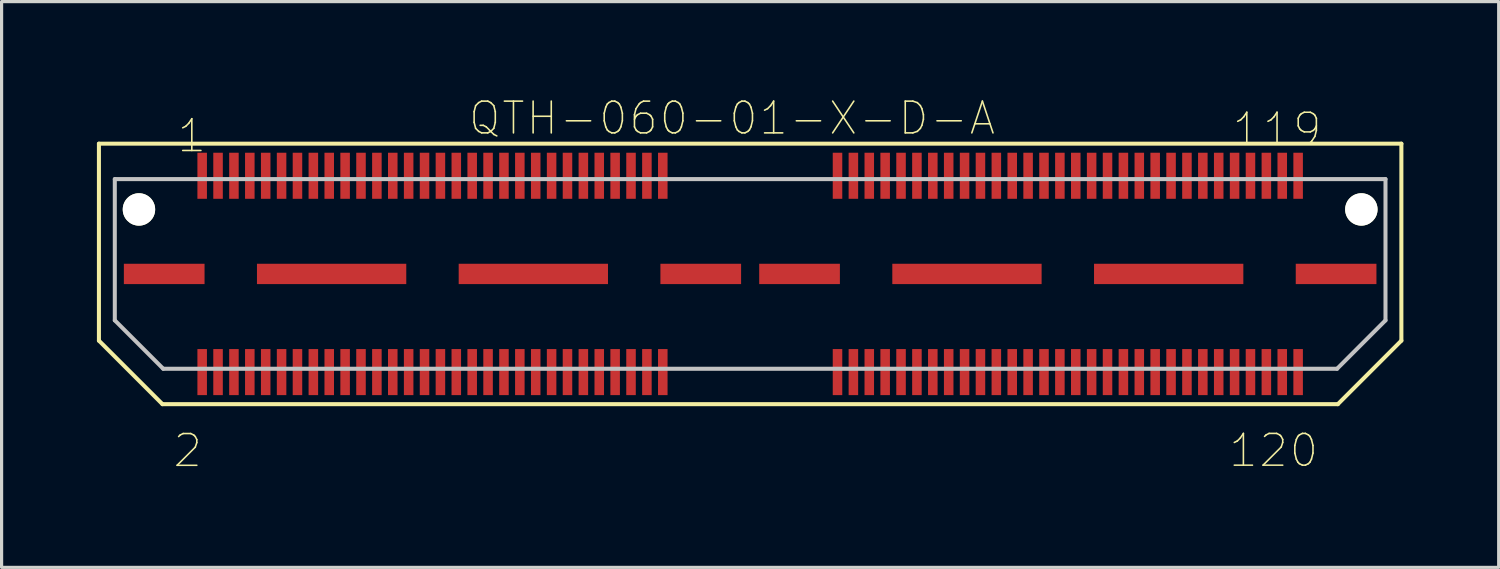
<source format=kicad_pcb>
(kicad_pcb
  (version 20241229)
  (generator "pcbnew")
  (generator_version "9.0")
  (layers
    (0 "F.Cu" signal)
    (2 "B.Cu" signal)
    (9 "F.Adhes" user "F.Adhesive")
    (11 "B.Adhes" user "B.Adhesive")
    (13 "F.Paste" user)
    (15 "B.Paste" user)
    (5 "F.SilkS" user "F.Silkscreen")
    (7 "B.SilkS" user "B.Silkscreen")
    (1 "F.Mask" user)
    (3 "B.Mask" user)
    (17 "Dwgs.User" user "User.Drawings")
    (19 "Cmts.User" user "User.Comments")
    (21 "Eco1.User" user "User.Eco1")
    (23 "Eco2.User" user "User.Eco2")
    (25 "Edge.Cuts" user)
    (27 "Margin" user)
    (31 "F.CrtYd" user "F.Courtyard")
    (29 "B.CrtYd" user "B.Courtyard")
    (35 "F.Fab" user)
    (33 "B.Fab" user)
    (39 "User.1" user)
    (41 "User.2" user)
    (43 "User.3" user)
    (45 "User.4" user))
  (footprint "QTH-060-01-X-D-A"
    (layer "F.Cu")
    (at 20.564 5.573)
    (property "Reference" "QTH-060-01-X-D-A" (at -0.57 -4.9 0) (layer "F.SilkS") (effects (font (size 1 1) (thickness 0.05))))
    (attr smd)
    (fp_line (start -20.5 -4.1) (end 20.5 -4.1) (stroke (width 0.127) (type solid)) (layer "F.SilkS"))
    (fp_line (start -20.5 2.1) (end -20.5 -4.1) (stroke (width 0.127) (type solid)) (layer "F.SilkS"))
    (fp_line (start -18.5 4.1) (end -20.5 2.1) (stroke (width 0.127) (type solid)) (layer "F.SilkS"))
    (fp_line (start 18.5 4.1) (end -18.5 4.1) (stroke (width 0.127) (type solid)) (layer "F.SilkS"))
    (fp_line (start 20.5 -4.1) (end 20.5 2.1) (stroke (width 0.127) (type solid)) (layer "F.SilkS"))
    (fp_line (start 20.5 2.1) (end 18.5 4.1) (stroke (width 0.127) (type solid)) (layer "F.SilkS"))
    (fp_line (start -20 -2.985) (end 20 -2.985) (stroke (width 0.127) (type solid)) (layer "Dwgs.User"))
    (fp_line (start -20 1.461) (end -20 -2.985) (stroke (width 0.127) (type solid)) (layer "Dwgs.User"))
    (fp_line (start -18.476 2.985) (end -20 1.461) (stroke (width 0.127) (type solid)) (layer "Dwgs.User"))
    (fp_line (start 18.476 2.985) (end -18.476 2.985) (stroke (width 0.127) (type solid)) (layer "Dwgs.User"))
    (fp_line (start 20 -2.985) (end 20 1.461) (stroke (width 0.127) (type solid)) (layer "Dwgs.User"))
    (fp_line (start 20 1.461) (end 18.476 2.985) (stroke (width 0.127) (type solid)) (layer "Dwgs.User"))
    (fp_text user "2" (at -17.705 5.564 0) (layer "F.SilkS") (effects (font (size 1 1) (thickness 0.05))))
    (fp_text user "1" (at -17.576 -4.346 0) (layer "F.SilkS") (effects (font (size 1 1) (thickness 0.05))))
    (fp_text user "119" (at 16.586 -4.55 0) (layer "F.SilkS") (effects (font (size 1 1) (thickness 0.05))))
    (fp_text user "120" (at 16.479 5.56 0) (layer "F.SilkS") (effects (font (size 1 1) (thickness 0.05))))
    (pad "" np_thru_hole circle (at -19.24 -2.03) (size 1.02 1.02) (drill 1.02) (layers "*.Cu" "*.Mask" "F.SilkS"))
    (pad "" np_thru_hole circle (at 19.24 -2.03) (size 1.02 1.02) (drill 1.02) (layers "*.Cu" "*.Mask" "F.SilkS"))
    (pad "1" smd rect (at -17.25 -3.09) (size 0.3 1.45) (layers "F.Cu" "F.Mask" "F.Paste"))
    (pad "2" smd rect (at -17.25 3.09) (size 0.3 1.45) (layers "F.Cu" "F.Mask" "F.Paste"))
    (pad "3" smd rect (at -16.75 -3.09) (size 0.3 1.45) (layers "F.Cu" "F.Mask" "F.Paste"))
    (pad "4" smd rect (at -16.75 3.09) (size 0.3 1.45) (layers "F.Cu" "F.Mask" "F.Paste"))
    (pad "5" smd rect (at -16.25 -3.09) (size 0.3 1.45) (layers "F.Cu" "F.Mask" "F.Paste"))
    (pad "6" smd rect (at -16.25 3.09) (size 0.3 1.45) (layers "F.Cu" "F.Mask" "F.Paste"))
    (pad "7" smd rect (at -15.75 -3.09) (size 0.3 1.45) (layers "F.Cu" "F.Mask" "F.Paste"))
    (pad "8" smd rect (at -15.75 3.09) (size 0.3 1.45) (layers "F.Cu" "F.Mask" "F.Paste"))
    (pad "9" smd rect (at -15.25 -3.09) (size 0.3 1.45) (layers "F.Cu" "F.Mask" "F.Paste"))
    (pad "10" smd rect (at -15.25 3.09) (size 0.3 1.45) (layers "F.Cu" "F.Mask" "F.Paste"))
    (pad "11" smd rect (at -14.75 -3.09) (size 0.3 1.45) (layers "F.Cu" "F.Mask" "F.Paste"))
    (pad "12" smd rect (at -14.75 3.09) (size 0.3 1.45) (layers "F.Cu" "F.Mask" "F.Paste"))
    (pad "13" smd rect (at -14.25 -3.09) (size 0.3 1.45) (layers "F.Cu" "F.Mask" "F.Paste"))
    (pad "14" smd rect (at -14.25 3.09) (size 0.3 1.45) (layers "F.Cu" "F.Mask" "F.Paste"))
    (pad "15" smd rect (at -13.75 -3.09) (size 0.3 1.45) (layers "F.Cu" "F.Mask" "F.Paste"))
    (pad "16" smd rect (at -13.75 3.09) (size 0.3 1.45) (layers "F.Cu" "F.Mask" "F.Paste"))
    (pad "17" smd rect (at -13.25 -3.09) (size 0.3 1.45) (layers "F.Cu" "F.Mask" "F.Paste"))
    (pad "18" smd rect (at -13.25 3.09) (size 0.3 1.45) (layers "F.Cu" "F.Mask" "F.Paste"))
    (pad "19" smd rect (at -12.75 -3.09) (size 0.3 1.45) (layers "F.Cu" "F.Mask" "F.Paste"))
    (pad "20" smd rect (at -12.75 3.09) (size 0.3 1.45) (layers "F.Cu" "F.Mask" "F.Paste"))
    (pad "21" smd rect (at -12.25 -3.09) (size 0.3 1.45) (layers "F.Cu" "F.Mask" "F.Paste"))
    (pad "22" smd rect (at -12.25 3.09) (size 0.3 1.45) (layers "F.Cu" "F.Mask" "F.Paste"))
    (pad "23" smd rect (at -11.75 -3.09) (size 0.3 1.45) (layers "F.Cu" "F.Mask" "F.Paste"))
    (pad "24" smd rect (at -11.75 3.09) (size 0.3 1.45) (layers "F.Cu" "F.Mask" "F.Paste"))
    (pad "25" smd rect (at -11.25 -3.09) (size 0.3 1.45) (layers "F.Cu" "F.Mask" "F.Paste"))
    (pad "26" smd rect (at -11.25 3.09) (size 0.3 1.45) (layers "F.Cu" "F.Mask" "F.Paste"))
    (pad "27" smd rect (at -10.75 -3.09) (size 0.3 1.45) (layers "F.Cu" "F.Mask" "F.Paste"))
    (pad "28" smd rect (at -10.75 3.09) (size 0.3 1.45) (layers "F.Cu" "F.Mask" "F.Paste"))
    (pad "29" smd rect (at -10.25 -3.09) (size 0.3 1.45) (layers "F.Cu" "F.Mask" "F.Paste"))
    (pad "30" smd rect (at -10.25 3.09) (size 0.3 1.45) (layers "F.Cu" "F.Mask" "F.Paste"))
    (pad "31" smd rect (at -9.75 -3.09) (size 0.3 1.45) (layers "F.Cu" "F.Mask" "F.Paste"))
    (pad "32" smd rect (at -9.75 3.09) (size 0.3 1.45) (layers "F.Cu" "F.Mask" "F.Paste"))
    (pad "33" smd rect (at -9.25 -3.09) (size 0.3 1.45) (layers "F.Cu" "F.Mask" "F.Paste"))
    (pad "34" smd rect (at -9.25 3.09) (size 0.3 1.45) (layers "F.Cu" "F.Mask" "F.Paste"))
    (pad "35" smd rect (at -8.75 -3.09) (size 0.3 1.45) (layers "F.Cu" "F.Mask" "F.Paste"))
    (pad "36" smd rect (at -8.75 3.09) (size 0.3 1.45) (layers "F.Cu" "F.Mask" "F.Paste"))
    (pad "37" smd rect (at -8.25 -3.09) (size 0.3 1.45) (layers "F.Cu" "F.Mask" "F.Paste"))
    (pad "38" smd rect (at -8.25 3.09) (size 0.3 1.45) (layers "F.Cu" "F.Mask" "F.Paste"))
    (pad "39" smd rect (at -7.75 -3.09) (size 0.3 1.45) (layers "F.Cu" "F.Mask" "F.Paste"))
    (pad "40" smd rect (at -7.75 3.09) (size 0.3 1.45) (layers "F.Cu" "F.Mask" "F.Paste"))
    (pad "41" smd rect (at -7.25 -3.09) (size 0.3 1.45) (layers "F.Cu" "F.Mask" "F.Paste"))
    (pad "42" smd rect (at -7.25 3.09) (size 0.3 1.45) (layers "F.Cu" "F.Mask" "F.Paste"))
    (pad "43" smd rect (at -6.75 -3.09) (size 0.3 1.45) (layers "F.Cu" "F.Mask" "F.Paste"))
    (pad "44" smd rect (at -6.75 3.09) (size 0.3 1.45) (layers "F.Cu" "F.Mask" "F.Paste"))
    (pad "45" smd rect (at -6.25 -3.09) (size 0.3 1.45) (layers "F.Cu" "F.Mask" "F.Paste"))
    (pad "46" smd rect (at -6.25 3.09) (size 0.3 1.45) (layers "F.Cu" "F.Mask" "F.Paste"))
    (pad "47" smd rect (at -5.75 -3.09) (size 0.3 1.45) (layers "F.Cu" "F.Mask" "F.Paste"))
    (pad "48" smd rect (at -5.75 3.09) (size 0.3 1.45) (layers "F.Cu" "F.Mask" "F.Paste"))
    (pad "49" smd rect (at -5.25 -3.09) (size 0.3 1.45) (layers "F.Cu" "F.Mask" "F.Paste"))
    (pad "50" smd rect (at -5.25 3.09) (size 0.3 1.45) (layers "F.Cu" "F.Mask" "F.Paste"))
    (pad "51" smd rect (at -4.75 -3.09) (size 0.3 1.45) (layers "F.Cu" "F.Mask" "F.Paste"))
    (pad "52" smd rect (at -4.75 3.09) (size 0.3 1.45) (layers "F.Cu" "F.Mask" "F.Paste"))
    (pad "53" smd rect (at -4.25 -3.09) (size 0.3 1.45) (layers "F.Cu" "F.Mask" "F.Paste"))
    (pad "54" smd rect (at -4.25 3.09) (size 0.3 1.45) (layers "F.Cu" "F.Mask" "F.Paste"))
    (pad "55" smd rect (at -3.75 -3.09) (size 0.3 1.45) (layers "F.Cu" "F.Mask" "F.Paste"))
    (pad "56" smd rect (at -3.75 3.09) (size 0.3 1.45) (layers "F.Cu" "F.Mask" "F.Paste"))
    (pad "57" smd rect (at -3.25 -3.09) (size 0.3 1.45) (layers "F.Cu" "F.Mask" "F.Paste"))
    (pad "58" smd rect (at -3.25 3.09) (size 0.3 1.45) (layers "F.Cu" "F.Mask" "F.Paste"))
    (pad "59" smd rect (at -2.75 -3.09) (size 0.3 1.45) (layers "F.Cu" "F.Mask" "F.Paste"))
    (pad "60" smd rect (at -2.75 3.09) (size 0.3 1.45) (layers "F.Cu" "F.Mask" "F.Paste"))
    (pad "61" smd rect (at 2.75 -3.09) (size 0.3 1.45) (layers "F.Cu" "F.Mask" "F.Paste"))
    (pad "62" smd rect (at 2.75 3.09) (size 0.3 1.45) (layers "F.Cu" "F.Mask" "F.Paste"))
    (pad "63" smd rect (at 3.25 -3.09) (size 0.3 1.45) (layers "F.Cu" "F.Mask" "F.Paste"))
    (pad "64" smd rect (at 3.25 3.09) (size 0.3 1.45) (layers "F.Cu" "F.Mask" "F.Paste"))
    (pad "65" smd rect (at 3.75 -3.09) (size 0.3 1.45) (layers "F.Cu" "F.Mask" "F.Paste"))
    (pad "66" smd rect (at 3.75 3.09) (size 0.3 1.45) (layers "F.Cu" "F.Mask" "F.Paste"))
    (pad "67" smd rect (at 4.25 -3.09) (size 0.3 1.45) (layers "F.Cu" "F.Mask" "F.Paste"))
    (pad "68" smd rect (at 4.25 3.09) (size 0.3 1.45) (layers "F.Cu" "F.Mask" "F.Paste"))
    (pad "69" smd rect (at 4.75 -3.09) (size 0.3 1.45) (layers "F.Cu" "F.Mask" "F.Paste"))
    (pad "70" smd rect (at 4.75 3.09) (size 0.3 1.45) (layers "F.Cu" "F.Mask" "F.Paste"))
    (pad "71" smd rect (at 5.25 -3.09) (size 0.3 1.45) (layers "F.Cu" "F.Mask" "F.Paste"))
    (pad "72" smd rect (at 5.25 3.09) (size 0.3 1.45) (layers "F.Cu" "F.Mask" "F.Paste"))
    (pad "73" smd rect (at 5.75 -3.09) (size 0.3 1.45) (layers "F.Cu" "F.Mask" "F.Paste"))
    (pad "74" smd rect (at 5.75 3.09) (size 0.3 1.45) (layers "F.Cu" "F.Mask" "F.Paste"))
    (pad "75" smd rect (at 6.25 -3.09) (size 0.3 1.45) (layers "F.Cu" "F.Mask" "F.Paste"))
    (pad "76" smd rect (at 6.25 3.09) (size 0.3 1.45) (layers "F.Cu" "F.Mask" "F.Paste"))
    (pad "77" smd rect (at 6.75 -3.09) (size 0.3 1.45) (layers "F.Cu" "F.Mask" "F.Paste"))
    (pad "78" smd rect (at 6.75 3.09) (size 0.3 1.45) (layers "F.Cu" "F.Mask" "F.Paste"))
    (pad "79" smd rect (at 7.25 -3.09) (size 0.3 1.45) (layers "F.Cu" "F.Mask" "F.Paste"))
    (pad "80" smd rect (at 7.25 3.09) (size 0.3 1.45) (layers "F.Cu" "F.Mask" "F.Paste"))
    (pad "81" smd rect (at 7.75 -3.09) (size 0.3 1.45) (layers "F.Cu" "F.Mask" "F.Paste"))
    (pad "82" smd rect (at 7.75 3.09) (size 0.3 1.45) (layers "F.Cu" "F.Mask" "F.Paste"))
    (pad "83" smd rect (at 8.25 -3.09) (size 0.3 1.45) (layers "F.Cu" "F.Mask" "F.Paste"))
    (pad "84" smd rect (at 8.25 3.09) (size 0.3 1.45) (layers "F.Cu" "F.Mask" "F.Paste"))
    (pad "85" smd rect (at 8.75 -3.09) (size 0.3 1.45) (layers "F.Cu" "F.Mask" "F.Paste"))
    (pad "86" smd rect (at 8.75 3.09) (size 0.3 1.45) (layers "F.Cu" "F.Mask" "F.Paste"))
    (pad "87" smd rect (at 9.25 -3.09) (size 0.3 1.45) (layers "F.Cu" "F.Mask" "F.Paste"))
    (pad "88" smd rect (at 9.25 3.09) (size 0.3 1.45) (layers "F.Cu" "F.Mask" "F.Paste"))
    (pad "89" smd rect (at 9.75 -3.09) (size 0.3 1.45) (layers "F.Cu" "F.Mask" "F.Paste"))
    (pad "90" smd rect (at 9.75 3.09) (size 0.3 1.45) (layers "F.Cu" "F.Mask" "F.Paste"))
    (pad "91" smd rect (at 10.25 -3.09) (size 0.3 1.45) (layers "F.Cu" "F.Mask" "F.Paste"))
    (pad "92" smd rect (at 10.25 3.09) (size 0.3 1.45) (layers "F.Cu" "F.Mask" "F.Paste"))
    (pad "93" smd rect (at 10.75 -3.09) (size 0.3 1.45) (layers "F.Cu" "F.Mask" "F.Paste"))
    (pad "94" smd rect (at 10.75 3.09) (size 0.3 1.45) (layers "F.Cu" "F.Mask" "F.Paste"))
    (pad "95" smd rect (at 11.25 -3.09) (size 0.3 1.45) (layers "F.Cu" "F.Mask" "F.Paste"))
    (pad "96" smd rect (at 11.25 3.09) (size 0.3 1.45) (layers "F.Cu" "F.Mask" "F.Paste"))
    (pad "97" smd rect (at 11.75 -3.09) (size 0.3 1.45) (layers "F.Cu" "F.Mask" "F.Paste"))
    (pad "98" smd rect (at 11.75 3.09) (size 0.3 1.45) (layers "F.Cu" "F.Mask" "F.Paste"))
    (pad "99" smd rect (at 12.25 -3.09) (size 0.3 1.45) (layers "F.Cu" "F.Mask" "F.Paste"))
    (pad "100" smd rect (at 12.25 3.09) (size 0.3 1.45) (layers "F.Cu" "F.Mask" "F.Paste"))
    (pad "101" smd rect (at 12.75 -3.09) (size 0.3 1.45) (layers "F.Cu" "F.Mask" "F.Paste"))
    (pad "102" smd rect (at 12.75 3.09) (size 0.3 1.45) (layers "F.Cu" "F.Mask" "F.Paste"))
    (pad "103" smd rect (at 13.25 -3.09) (size 0.3 1.45) (layers "F.Cu" "F.Mask" "F.Paste"))
    (pad "104" smd rect (at 13.25 3.09) (size 0.3 1.45) (layers "F.Cu" "F.Mask" "F.Paste"))
    (pad "105" smd rect (at 13.75 -3.09) (size 0.3 1.45) (layers "F.Cu" "F.Mask" "F.Paste"))
    (pad "106" smd rect (at 13.75 3.09) (size 0.3 1.45) (layers "F.Cu" "F.Mask" "F.Paste"))
    (pad "107" smd rect (at 14.25 -3.09) (size 0.3 1.45) (layers "F.Cu" "F.Mask" "F.Paste"))
    (pad "108" smd rect (at 14.25 3.09) (size 0.3 1.45) (layers "F.Cu" "F.Mask" "F.Paste"))
    (pad "109" smd rect (at 14.75 -3.09) (size 0.3 1.45) (layers "F.Cu" "F.Mask" "F.Paste"))
    (pad "110" smd rect (at 14.75 3.09) (size 0.3 1.45) (layers "F.Cu" "F.Mask" "F.Paste"))
    (pad "111" smd rect (at 15.25 -3.09) (size 0.3 1.45) (layers "F.Cu" "F.Mask" "F.Paste"))
    (pad "112" smd rect (at 15.25 3.09) (size 0.3 1.45) (layers "F.Cu" "F.Mask" "F.Paste"))
    (pad "113" smd rect (at 15.75 -3.09) (size 0.3 1.45) (layers "F.Cu" "F.Mask" "F.Paste"))
    (pad "114" smd rect (at 15.75 3.09) (size 0.3 1.45) (layers "F.Cu" "F.Mask" "F.Paste"))
    (pad "115" smd rect (at 16.25 -3.09) (size 0.3 1.45) (layers "F.Cu" "F.Mask" "F.Paste"))
    (pad "116" smd rect (at 16.25 3.09) (size 0.3 1.45) (layers "F.Cu" "F.Mask" "F.Paste"))
    (pad "117" smd rect (at 16.75 -3.09) (size 0.3 1.45) (layers "F.Cu" "F.Mask" "F.Paste"))
    (pad "118" smd rect (at 16.75 3.09) (size 0.3 1.45) (layers "F.Cu" "F.Mask" "F.Paste"))
    (pad "119" smd rect (at 17.25 -3.09) (size 0.3 1.45) (layers "F.Cu" "F.Mask" "F.Paste"))
    (pad "120" smd rect (at 17.25 3.09) (size 0.3 1.45) (layers "F.Cu" "F.Mask" "F.Paste"))
    (pad "G1" smd rect (at -18.445 0) (size 2.54 0.64) (layers "F.Cu" "F.Mask" "F.Paste"))
    (pad "G2" smd rect (at -13.175 0) (size 4.7 0.64) (layers "F.Cu" "F.Mask" "F.Paste"))
    (pad "G3" smd rect (at -6.825 0) (size 4.7 0.64) (layers "F.Cu" "F.Mask" "F.Paste"))
    (pad "G4" smd rect (at -1.555 0) (size 2.54 0.64) (layers "F.Cu" "F.Mask" "F.Paste"))
    (pad "G5" smd rect (at 1.555 0) (size 2.54 0.64) (layers "F.Cu" "F.Mask" "F.Paste"))
    (pad "G6" smd rect (at 6.825 0) (size 4.7 0.64) (layers "F.Cu" "F.Mask" "F.Paste"))
    (pad "G7" smd rect (at 13.175 0) (size 4.7 0.64) (layers "F.Cu" "F.Mask" "F.Paste"))
    (pad "G8" smd rect (at 18.445 0) (size 2.54 0.64) (layers "F.Cu" "F.Mask" "F.Paste")))
  (gr_rect
    (start -3 -3)
    (end 44.127 14.81)
    (stroke (width 0.1) (type default))
    (fill no)
    (layer "Edge.Cuts")))
</source>
